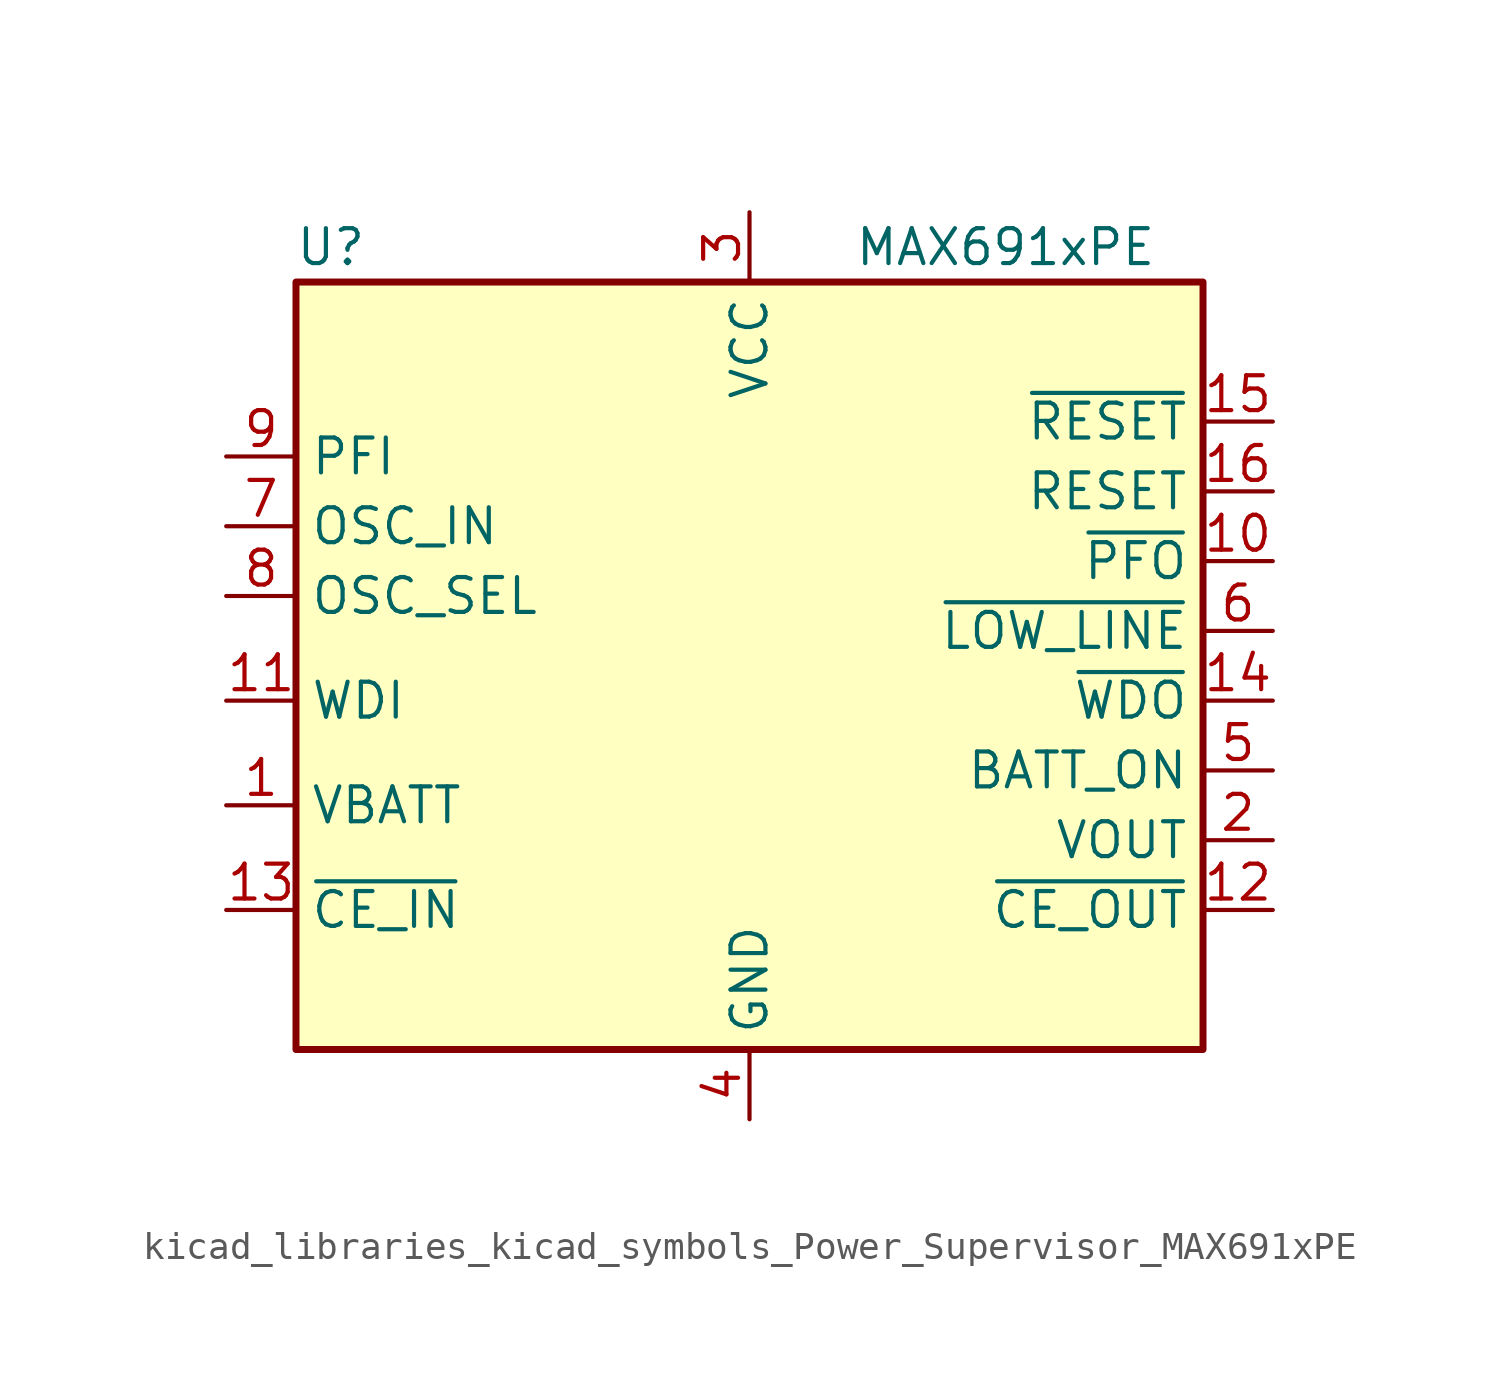
<source format=kicad_sym>
(kicad_symbol_lib
  (version 20220914)
  (generator kicad_symbol_editor)
  (symbol "kicad_libraries_kicad_symbols_Power_Supervisor_MAX691xPE"
    (property "Reference" "U"
      (at -15.24 13.97 0)
      (effects (font (size 1.27 1.27))))
    (property "Value" "MAX691xPE"
      (at 3.81 13.97 0)
      (effects (font (size 1.27 1.27)) (justify left)))
    (symbol "kicad_libraries_kicad_symbols_Power_Supervisor_MAX691xPE_0_1"
      (rectangle (start 16.51 12.7) (end -16.51 -15.24) (stroke (width 0.254) (type default)) (fill (type background))))
    (symbol "kicad_libraries_kicad_symbols_Power_Supervisor_MAX691xPE_1_1"
      (pin power_in line (at -19.05 -6.35 0) (length 2.54) (name "VBATT" (effects (font (size 1.27 1.27)))) (number "1" (effects (font (size 1.27 1.27)))))
      (pin output line (at 19.05 2.54 180) (length 2.54) (name "~{PFO}" (effects (font (size 1.27 1.27)))) (number "10" (effects (font (size 1.27 1.27)))))
      (pin input line (at -19.05 -2.54 0) (length 2.54) (name "WDI" (effects (font (size 1.27 1.27)))) (number "11" (effects (font (size 1.27 1.27)))))
      (pin output line (at 19.05 -10.16 180) (length 2.54) (name "~{CE_OUT}" (effects (font (size 1.27 1.27)))) (number "12" (effects (font (size 1.27 1.27)))))
      (pin input line (at -19.05 -10.16 0) (length 2.54) (name "~{CE_IN}" (effects (font (size 1.27 1.27)))) (number "13" (effects (font (size 1.27 1.27)))))
      (pin output line (at 19.05 -2.54 180) (length 2.54) (name "~{WDO}" (effects (font (size 1.27 1.27)))) (number "14" (effects (font (size 1.27 1.27)))))
      (pin output line (at 19.05 7.62 180) (length 2.54) (name "~{RESET}" (effects (font (size 1.27 1.27)))) (number "15" (effects (font (size 1.27 1.27)))))
      (pin output line (at 19.05 5.08 180) (length 2.54) (name "RESET" (effects (font (size 1.27 1.27)))) (number "16" (effects (font (size 1.27 1.27)))))
      (pin power_out line (at 19.05 -7.62 180) (length 2.54) (name "VOUT" (effects (font (size 1.27 1.27)))) (number "2" (effects (font (size 1.27 1.27)))))
      (pin power_in line (at 0 15.24 270) (length 2.54) (name "VCC" (effects (font (size 1.27 1.27)))) (number "3" (effects (font (size 1.27 1.27)))))
      (pin power_in line (at 0 -17.78 90) (length 2.54) (name "GND" (effects (font (size 1.27 1.27)))) (number "4" (effects (font (size 1.27 1.27)))))
      (pin output line (at 19.05 -5.08 180) (length 2.54) (name "BATT_ON" (effects (font (size 1.27 1.27)))) (number "5" (effects (font (size 1.27 1.27)))))
      (pin output line (at 19.05 0 180) (length 2.54) (name "~{LOW_LINE}" (effects (font (size 1.27 1.27)))) (number "6" (effects (font (size 1.27 1.27)))))
      (pin input line (at -19.05 3.81 0) (length 2.54) (name "OSC_IN" (effects (font (size 1.27 1.27)))) (number "7" (effects (font (size 1.27 1.27)))))
      (pin input line (at -19.05 1.27 0) (length 2.54) (name "OSC_SEL" (effects (font (size 1.27 1.27)))) (number "8" (effects (font (size 1.27 1.27)))))
      (pin input line (at -19.05 6.35 0) (length 2.54) (name "PFI" (effects (font (size 1.27 1.27)))) (number "9" (effects (font (size 1.27 1.27))))))))
</source>
